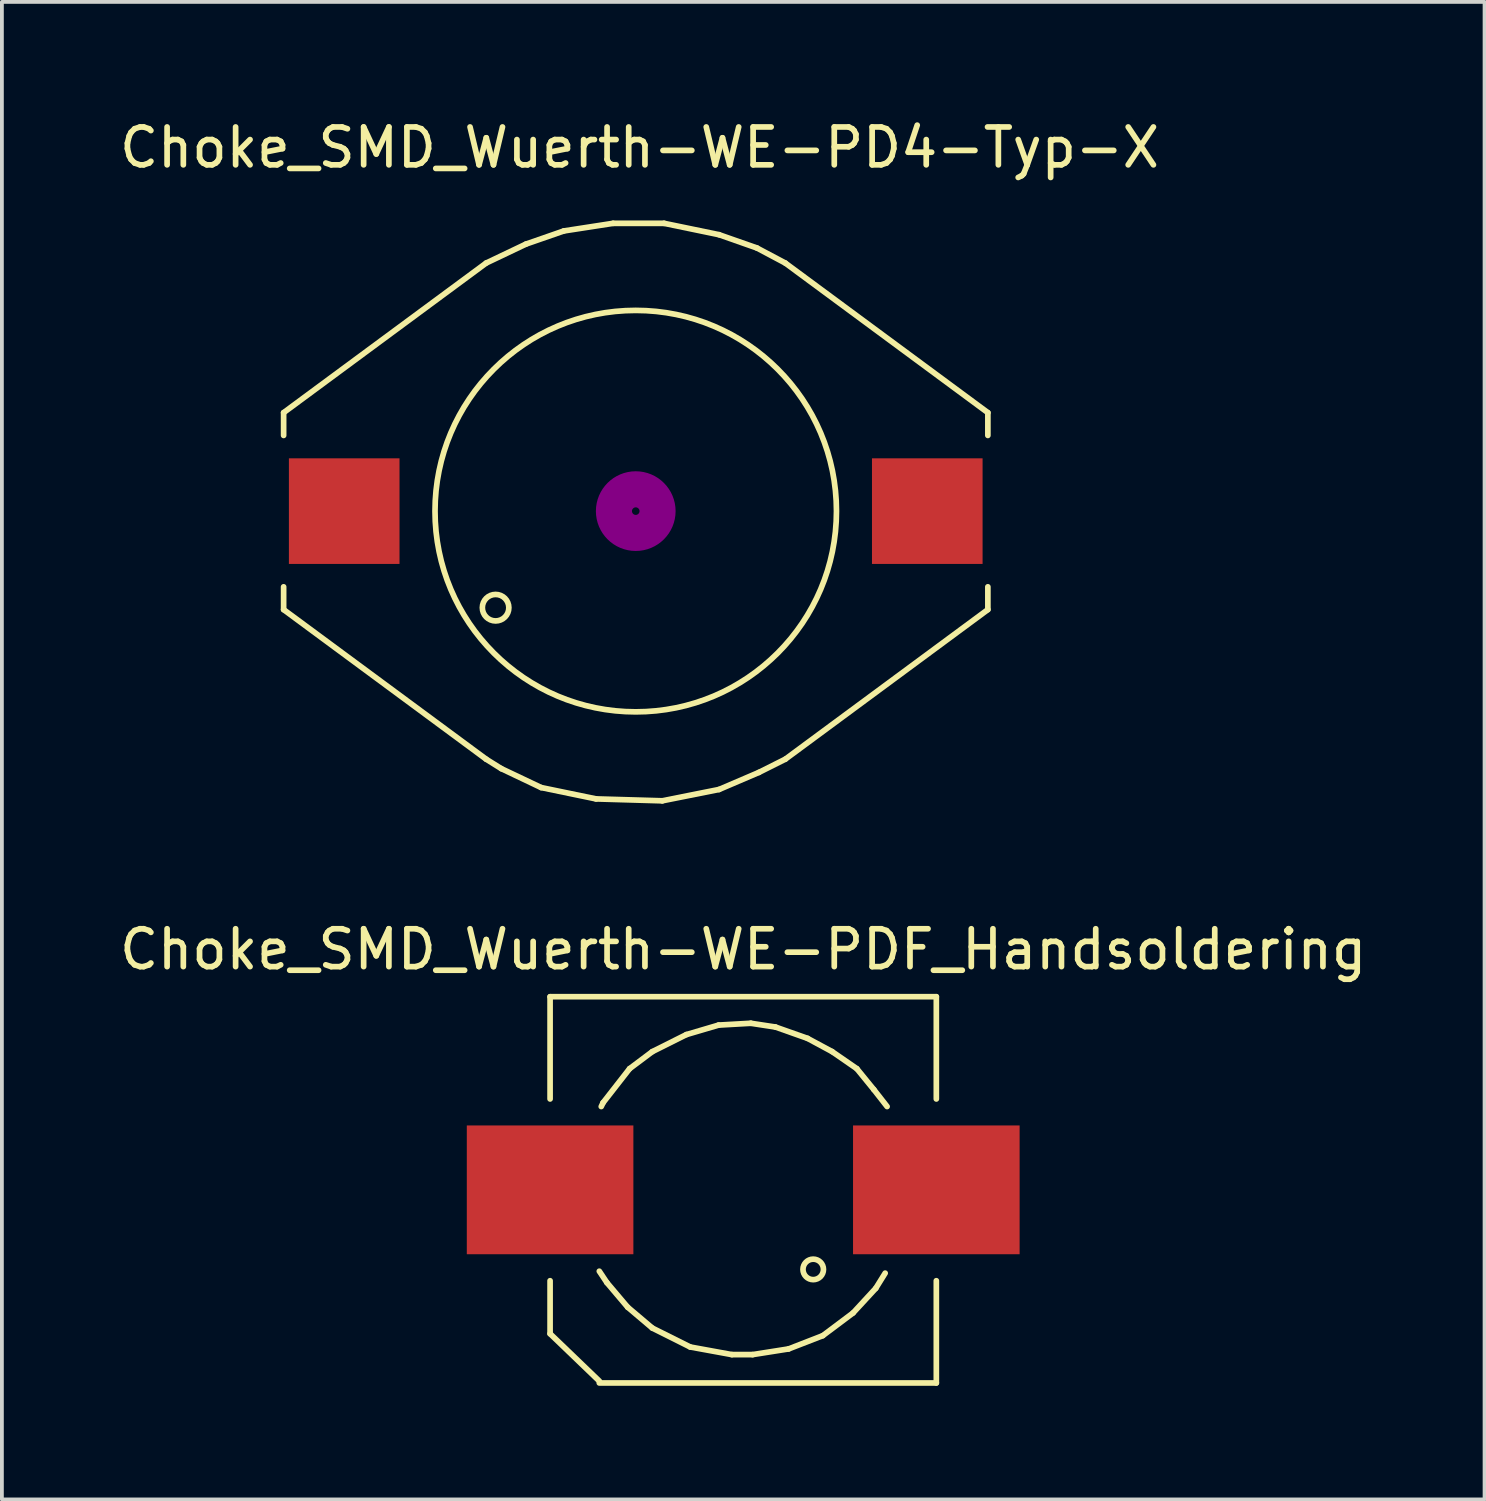
<source format=kicad_pcb>
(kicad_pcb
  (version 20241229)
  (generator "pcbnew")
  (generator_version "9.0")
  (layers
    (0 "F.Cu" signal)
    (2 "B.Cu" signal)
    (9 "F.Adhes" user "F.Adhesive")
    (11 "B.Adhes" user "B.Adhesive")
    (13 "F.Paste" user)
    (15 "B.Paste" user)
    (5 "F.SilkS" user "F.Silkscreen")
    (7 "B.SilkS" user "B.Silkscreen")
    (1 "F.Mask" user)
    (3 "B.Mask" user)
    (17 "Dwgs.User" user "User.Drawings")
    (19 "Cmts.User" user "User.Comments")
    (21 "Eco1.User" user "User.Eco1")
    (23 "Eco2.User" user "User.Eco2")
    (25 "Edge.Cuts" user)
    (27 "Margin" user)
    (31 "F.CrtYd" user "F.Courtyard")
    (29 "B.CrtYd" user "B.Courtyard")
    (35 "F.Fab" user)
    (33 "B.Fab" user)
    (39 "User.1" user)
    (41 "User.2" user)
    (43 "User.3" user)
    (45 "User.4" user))
  (footprint "Choke_SMD_Wuerth-WE-PDF_Handsoldering"
    (layer "F.Cu")
    (at 16.577 28.372)
    (property "Reference" "Choke_SMD_Wuerth-WE-PDF_Handsoldering" (at 0 -6.35 0) (layer "F.SilkS") (effects (font (size 1 1) (thickness 0.15))))
    (attr smd)
    (fp_line (start -5.1 -5.1) (end -5.1 -2.4) (stroke (width 0.15) (type solid)) (layer "F.SilkS"))
    (fp_line (start -5.1 2.4) (end -5.1 3.8) (stroke (width 0.15) (type solid)) (layer "F.SilkS"))
    (fp_line (start -5.1 3.8) (end -3.8 5.05) (stroke (width 0.15) (type solid)) (layer "F.SilkS"))
    (fp_line (start -3.8 2.149) (end -3.599 2.451) (stroke (width 0.15) (type solid)) (layer "F.SilkS"))
    (fp_line (start -3.701 -2.301) (end -3.749 -2.2) (stroke (width 0.15) (type solid)) (layer "F.SilkS"))
    (fp_line (start -3.599 2.451) (end -3.051 3.099) (stroke (width 0.15) (type solid)) (layer "F.SilkS"))
    (fp_line (start -3.051 3.099) (end -2.4 3.65) (stroke (width 0.15) (type solid)) (layer "F.SilkS"))
    (fp_line (start -3 -3.2) (end -3.701 -2.301) (stroke (width 0.15) (type solid)) (layer "F.SilkS"))
    (fp_line (start -2.4 -3.65) (end -3 -3.2) (stroke (width 0.15) (type solid)) (layer "F.SilkS"))
    (fp_line (start -2.4 3.65) (end -1.4 4.15) (stroke (width 0.15) (type solid)) (layer "F.SilkS"))
    (fp_line (start -1.501 -4.1) (end -2.4 -3.65) (stroke (width 0.15) (type solid)) (layer "F.SilkS"))
    (fp_line (start -1.4 4.15) (end -0.3 4.351) (stroke (width 0.15) (type solid)) (layer "F.SilkS"))
    (fp_line (start -0.65 -4.351) (end -1.501 -4.1) (stroke (width 0.15) (type solid)) (layer "F.SilkS"))
    (fp_line (start -0.3 4.351) (end 0.249 4.351) (stroke (width 0.15) (type solid)) (layer "F.SilkS"))
    (fp_line (start 0.201 -4.399) (end -0.65 -4.351) (stroke (width 0.15) (type solid)) (layer "F.SilkS"))
    (fp_line (start 0.249 4.351) (end 1.199 4.201) (stroke (width 0.15) (type solid)) (layer "F.SilkS"))
    (fp_line (start 0.851 -4.3) (end 0.201 -4.399) (stroke (width 0.15) (type solid)) (layer "F.SilkS"))
    (fp_line (start 1.199 4.201) (end 2.101 3.851) (stroke (width 0.15) (type solid)) (layer "F.SilkS"))
    (fp_line (start 1.699 -4) (end 0.851 -4.3) (stroke (width 0.15) (type solid)) (layer "F.SilkS"))
    (fp_line (start 2.101 3.851) (end 2.901 3.251) (stroke (width 0.15) (type solid)) (layer "F.SilkS"))
    (fp_line (start 2.349 -3.65) (end 1.699 -4) (stroke (width 0.15) (type solid)) (layer "F.SilkS"))
    (fp_line (start 2.901 3.251) (end 3.5 2.601) (stroke (width 0.15) (type solid)) (layer "F.SilkS"))
    (fp_line (start 3 -3.2) (end 2.349 -3.65) (stroke (width 0.15) (type solid)) (layer "F.SilkS"))
    (fp_line (start 3.449 -2.649) (end 3 -3.2) (stroke (width 0.15) (type solid)) (layer "F.SilkS"))
    (fp_line (start 3.5 2.601) (end 3.749 2.2) (stroke (width 0.15) (type solid)) (layer "F.SilkS"))
    (fp_line (start 3.8 -2.2) (end 3.449 -2.649) (stroke (width 0.15) (type solid)) (layer "F.SilkS"))
    (fp_line (start 5.1 -5.1) (end -5.1 -5.1) (stroke (width 0.15) (type solid)) (layer "F.SilkS"))
    (fp_line (start 5.1 -5.1) (end 5.1 -2.4) (stroke (width 0.15) (type solid)) (layer "F.SilkS"))
    (fp_line (start 5.1 5.1) (end -3.8 5.1) (stroke (width 0.15) (type solid)) (layer "F.SilkS"))
    (fp_line (start 5.1 5.1) (end 5.1 2.4) (stroke (width 0.15) (type solid)) (layer "F.SilkS"))
    (fp_circle (center 1.849 2.101) (end 2.101 2.2) (stroke (width 0.15) (type solid)) (fill no) (layer "F.SilkS"))
    (pad "1" smd rect (at -5.1 0) (size 4.399 3.401) (layers "F.Cu" "F.Mask" "F.Paste"))
    (pad "2" smd rect (at 5.1 0) (size 4.399 3.401) (layers "F.Cu" "F.Mask" "F.Paste")))
  (footprint "Choke_SMD_Wuerth-WE-PD4-Typ-X"
    (layer "F.Cu")
    (at 13.739 10.448)
    (property "Reference" "Choke_SMD_Wuerth-WE-PD4-Typ-X" (at 0.1 -9.6 0) (layer "F.SilkS") (effects (font (size 1 1) (thickness 0.15))))
    (attr through_hole)
    (fp_line (start -9.299 -2.601) (end -9.299 -1.999) (stroke (width 0.15) (type solid)) (layer "F.SilkS"))
    (fp_line (start -9.299 -2.601) (end -3.95 -6.551) (stroke (width 0.15) (type solid)) (layer "F.SilkS"))
    (fp_line (start -9.299 1.999) (end -9.299 2.601) (stroke (width 0.15) (type solid)) (layer "F.SilkS"))
    (fp_line (start -9.299 2.601) (end -3.95 6.551) (stroke (width 0.15) (type solid)) (layer "F.SilkS"))
    (fp_line (start -3.95 -6.551) (end -2.901 -7.051) (stroke (width 0.15) (type solid)) (layer "F.SilkS"))
    (fp_line (start -3.551 6.8) (end -3.95 6.551) (stroke (width 0.15) (type solid)) (layer "F.SilkS"))
    (fp_line (start -2.901 -7.051) (end -1.9 -7.399) (stroke (width 0.15) (type solid)) (layer "F.SilkS"))
    (fp_line (start -2.499 7.3) (end -3.551 6.8) (stroke (width 0.15) (type solid)) (layer "F.SilkS"))
    (fp_line (start -1.9 -7.399) (end -0.599 -7.6) (stroke (width 0.15) (type solid)) (layer "F.SilkS"))
    (fp_line (start -1.049 7.6) (end -2.499 7.3) (stroke (width 0.15) (type solid)) (layer "F.SilkS"))
    (fp_line (start -0.599 -7.6) (end 0.749 -7.6) (stroke (width 0.15) (type solid)) (layer "F.SilkS"))
    (fp_line (start 0.701 7.65) (end -1.049 7.6) (stroke (width 0.15) (type solid)) (layer "F.SilkS"))
    (fp_line (start 0.749 -7.6) (end 2.2 -7.3) (stroke (width 0.15) (type solid)) (layer "F.SilkS"))
    (fp_line (start 2.2 -7.3) (end 3.2 -6.949) (stroke (width 0.15) (type solid)) (layer "F.SilkS"))
    (fp_line (start 2.2 7.351) (end 0.701 7.65) (stroke (width 0.15) (type solid)) (layer "F.SilkS"))
    (fp_line (start 3.2 -6.949) (end 3.95 -6.551) (stroke (width 0.15) (type solid)) (layer "F.SilkS"))
    (fp_line (start 3.251 6.901) (end 2.2 7.351) (stroke (width 0.15) (type solid)) (layer "F.SilkS"))
    (fp_line (start 3.95 -6.551) (end 9.299 -2.601) (stroke (width 0.15) (type solid)) (layer "F.SilkS"))
    (fp_line (start 3.95 6.551) (end 3.251 6.901) (stroke (width 0.15) (type solid)) (layer "F.SilkS"))
    (fp_line (start 9.299 -1.999) (end 9.299 -2.601) (stroke (width 0.15) (type solid)) (layer "F.SilkS"))
    (fp_line (start 9.299 1.999) (end 9.299 2.601) (stroke (width 0.15) (type solid)) (layer "F.SilkS"))
    (fp_line (start 9.299 2.601) (end 3.95 6.551) (stroke (width 0.15) (type solid)) (layer "F.SilkS"))
    (fp_circle (center -3.701 2.55) (end -3.701 2.2) (stroke (width 0.15) (type solid)) (fill no) (layer "F.SilkS"))
    (fp_circle (center 0 0) (end 0 -5.301) (stroke (width 0.15) (type solid)) (fill no) (layer "F.SilkS"))
    (fp_circle (center 0 0) (end 0.1 0) (stroke (width 0.305) (type solid)) (fill no) (layer "F.Adhes"))
    (fp_circle (center 0 0) (end 0.3 0) (stroke (width 0.305) (type solid)) (fill no) (layer "F.Adhes"))
    (fp_circle (center 0 0) (end 0.5 0) (stroke (width 0.305) (type solid)) (fill no) (layer "F.Adhes"))
    (fp_circle (center 0 0) (end 0.7 0) (stroke (width 0.305) (type solid)) (fill no) (layer "F.Adhes"))
    (fp_circle (center 0 0) (end 0.9 0) (stroke (width 0.305) (type solid)) (fill no) (layer "F.Adhes"))
    (pad "1" smd rect (at -7.699 0 90) (size 2.789 2.921) (layers "F.Cu" "F.Mask" "F.Paste"))
    (pad "2" smd rect (at 7.699 0 90) (size 2.789 2.921) (layers "F.Cu" "F.Mask" "F.Paste")))
  (gr_rect
    (start -3 -3)
    (end 36.155 36.547)
    (stroke (width 0.1) (type default))
    (fill no)
    (layer "Edge.Cuts")))
</source>
